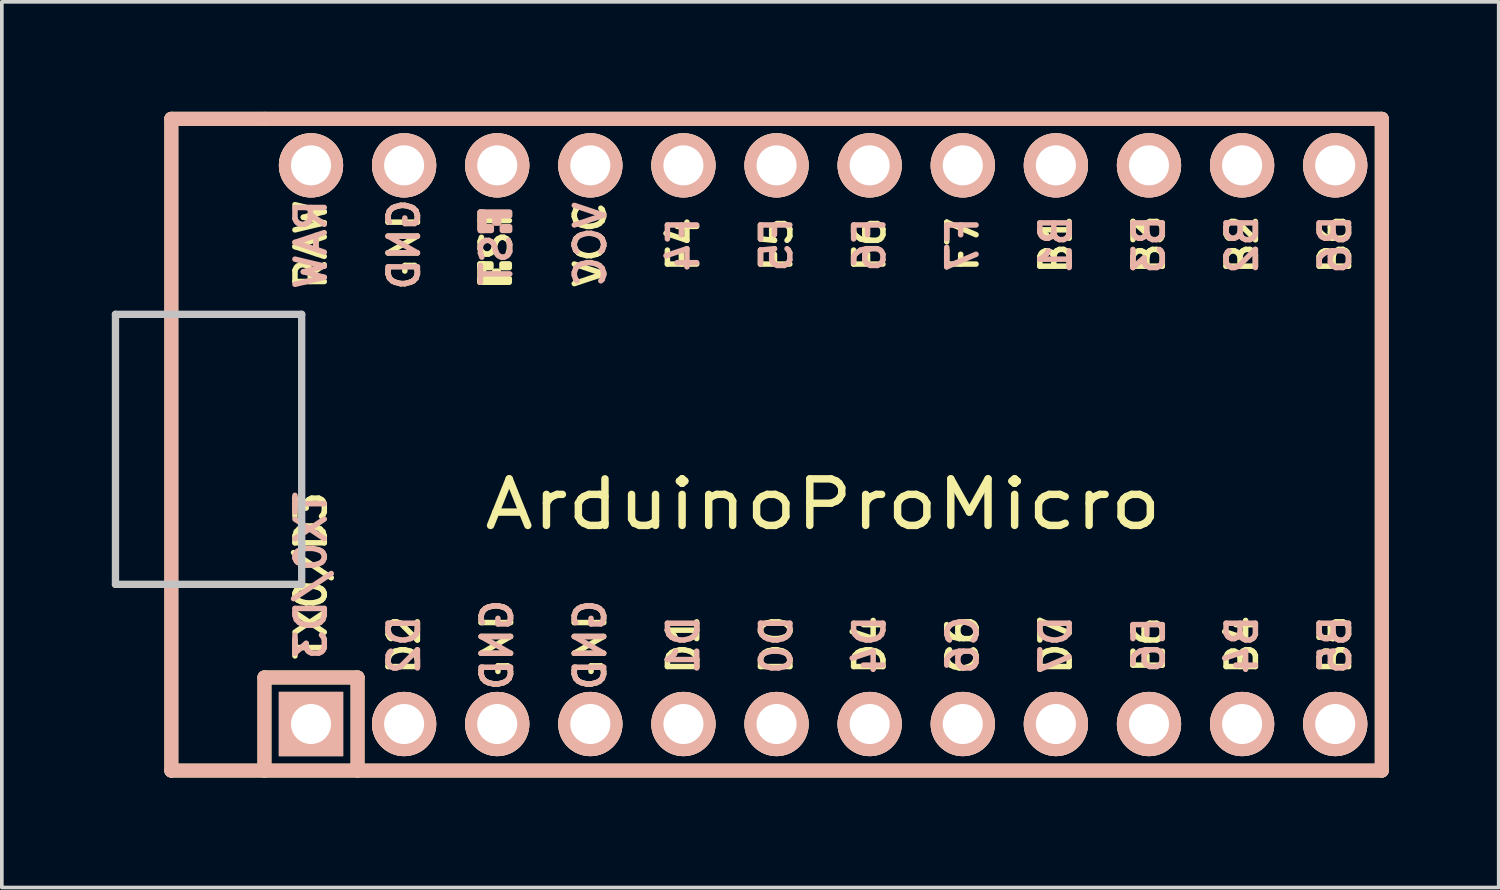
<source format=kicad_pcb>
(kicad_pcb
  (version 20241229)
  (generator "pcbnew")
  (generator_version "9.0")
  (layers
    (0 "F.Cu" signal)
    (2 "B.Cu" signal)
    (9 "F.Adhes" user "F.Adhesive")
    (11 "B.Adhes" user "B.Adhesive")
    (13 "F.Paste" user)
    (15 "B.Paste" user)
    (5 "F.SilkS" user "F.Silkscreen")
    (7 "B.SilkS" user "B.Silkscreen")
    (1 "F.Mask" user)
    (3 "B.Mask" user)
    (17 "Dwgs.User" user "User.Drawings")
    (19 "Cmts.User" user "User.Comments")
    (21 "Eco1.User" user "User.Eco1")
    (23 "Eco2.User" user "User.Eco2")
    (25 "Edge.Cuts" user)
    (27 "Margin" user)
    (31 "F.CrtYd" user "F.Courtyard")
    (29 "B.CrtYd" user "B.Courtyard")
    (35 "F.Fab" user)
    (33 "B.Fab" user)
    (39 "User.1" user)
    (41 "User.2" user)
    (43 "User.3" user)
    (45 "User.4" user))
  (footprint "ArduinoProMicro"
    (layer "F.Cu")
    (at 19.404 9.081)
    (property "Reference" "ArduinoProMicro" (at 0 1.625 180) (layer "F.SilkS") (effects (font (size 1.27 1.524) (thickness 0.203))))
    (attr through_hole)
    (fp_line (start -17.78 -8.89) (end -17.78 8.89) (stroke (width 0.381) (type solid)) (layer "F.SilkS"))
    (fp_line (start -17.78 8.89) (end -15.24 8.89) (stroke (width 0.381) (type solid)) (layer "F.SilkS"))
    (fp_line (start -15.24 -8.89) (end -17.78 -8.89) (stroke (width 0.381) (type solid)) (layer "F.SilkS"))
    (fp_line (start -15.24 6.35) (end -15.24 8.89) (stroke (width 0.381) (type solid)) (layer "F.SilkS"))
    (fp_line (start -15.24 6.35) (end -12.7 6.35) (stroke (width 0.381) (type solid)) (layer "F.SilkS"))
    (fp_line (start -15.24 8.89) (end 15.24 8.89) (stroke (width 0.381) (type solid)) (layer "F.SilkS"))
    (fp_line (start -12.7 6.35) (end -12.7 8.89) (stroke (width 0.381) (type solid)) (layer "F.SilkS"))
    (fp_line (start 15.24 -8.89) (end -15.24 -8.89) (stroke (width 0.381) (type solid)) (layer "F.SilkS"))
    (fp_line (start 15.24 8.89) (end 15.24 -8.89) (stroke (width 0.381) (type solid)) (layer "F.SilkS"))
    (fp_poly (pts (xy -9.361 -4.932) (xy -9.261 -4.932) (xy -9.261 -4.432) (xy -9.361 -4.432)) (stroke (width 0.15) (type solid)) (fill yes) (layer "F.SilkS"))
    (fp_poly (pts (xy -9.361 -4.932) (xy -9.061 -4.932) (xy -9.061 -4.832) (xy -9.361 -4.832)) (stroke (width 0.15) (type solid)) (fill yes) (layer "F.SilkS"))
    (fp_poly (pts (xy -9.361 -4.532) (xy -8.561 -4.532) (xy -8.561 -4.432) (xy -9.361 -4.432)) (stroke (width 0.15) (type solid)) (fill yes) (layer "F.SilkS"))
    (fp_poly (pts (xy -8.961 -4.732) (xy -8.861 -4.732) (xy -8.861 -4.632) (xy -8.961 -4.632)) (stroke (width 0.15) (type solid)) (fill yes) (layer "F.SilkS"))
    (fp_poly (pts (xy -8.761 -4.932) (xy -8.561 -4.932) (xy -8.561 -4.832) (xy -8.761 -4.832)) (stroke (width 0.15) (type solid)) (fill yes) (layer "F.SilkS"))
    (fp_line (start -17.78 -8.89) (end -17.78 8.89) (stroke (width 0.381) (type solid)) (layer "B.SilkS"))
    (fp_line (start -17.78 8.89) (end 15.24 8.89) (stroke (width 0.381) (type solid)) (layer "B.SilkS"))
    (fp_line (start -15.24 6.35) (end -15.24 8.89) (stroke (width 0.381) (type solid)) (layer "B.SilkS"))
    (fp_line (start -15.24 6.35) (end -12.7 6.35) (stroke (width 0.381) (type solid)) (layer "B.SilkS"))
    (fp_line (start -12.7 6.35) (end -12.7 8.89) (stroke (width 0.381) (type solid)) (layer "B.SilkS"))
    (fp_line (start 15.24 -8.89) (end -17.78 -8.89) (stroke (width 0.381) (type solid)) (layer "B.SilkS"))
    (fp_line (start 15.24 8.89) (end 15.24 -8.89) (stroke (width 0.381) (type solid)) (layer "B.SilkS"))
    (fp_poly (pts (xy -9.351 -6.245) (xy -8.551 -6.245) (xy -8.551 -6.345) (xy -9.351 -6.345)) (stroke (width 0.15) (type solid)) (fill yes) (layer "B.SilkS"))
    (fp_poly (pts (xy -9.351 -5.845) (xy -9.251 -5.845) (xy -9.251 -6.345) (xy -9.351 -6.345)) (stroke (width 0.15) (type solid)) (fill yes) (layer "B.SilkS"))
    (fp_poly (pts (xy -9.351 -5.845) (xy -9.051 -5.845) (xy -9.051 -5.945) (xy -9.351 -5.945)) (stroke (width 0.15) (type solid)) (fill yes) (layer "B.SilkS"))
    (fp_poly (pts (xy -8.951 -6.045) (xy -8.851 -6.045) (xy -8.851 -6.145) (xy -8.951 -6.145)) (stroke (width 0.15) (type solid)) (fill yes) (layer "B.SilkS"))
    (fp_poly (pts (xy -8.751 -5.845) (xy -8.551 -5.845) (xy -8.551 -5.945) (xy -8.751 -5.945)) (stroke (width 0.15) (type solid)) (fill yes) (layer "B.SilkS"))
    (fp_line (start -19.304 -3.556) (end -14.224 -3.556) (stroke (width 0.2) (type solid)) (layer "Dwgs.User"))
    (fp_line (start -19.304 3.81) (end -19.304 -3.556) (stroke (width 0.2) (type solid)) (layer "Dwgs.User"))
    (fp_line (start -14.224 -3.556) (end -14.224 3.81) (stroke (width 0.2) (type solid)) (layer "Dwgs.User"))
    (fp_line (start -14.224 3.81) (end -19.304 3.81) (stroke (width 0.2) (type solid)) (layer "Dwgs.User"))
    (fp_text user "E6" (at 8.89 5.461 90) (layer "F.SilkS") (effects (font (size 0.8 0.8) (thickness 0.15))))
    (fp_text user "C6" (at 3.81 5.461 90) (layer "F.SilkS") (effects (font (size 0.8 0.8) (thickness 0.15))))
    (fp_text user "D4" (at 1.27 5.461 90) (layer "F.SilkS") (effects (font (size 0.8 0.8) (thickness 0.15))))
    (fp_text user "B1" (at 6.35 -5.461 90) (layer "F.SilkS") (effects (font (size 0.8 0.8) (thickness 0.15))))
    (fp_text user "B6" (at 13.97 -5.461 90) (layer "F.SilkS") (effects (font (size 0.8 0.8) (thickness 0.15))))
    (fp_text user "RAW" (at -13.97 -5.461 90) (layer "F.SilkS") (effects (font (size 0.8 0.8) (thickness 0.15))))
    (fp_text user "F4" (at -3.81 -5.461 90) (layer "F.SilkS") (effects (font (size 0.8 0.8) (thickness 0.15))))
    (fp_text user "D0" (at -1.27 5.461 90) (layer "F.SilkS") (effects (font (size 0.8 0.8) (thickness 0.15))))
    (fp_text user "B2" (at 11.43 -5.461 90) (layer "F.SilkS") (effects (font (size 0.8 0.8) (thickness 0.15))))
    (fp_text user "B3" (at 8.89 -5.461 90) (layer "F.SilkS") (effects (font (size 0.8 0.8) (thickness 0.15))))
    (fp_text user "B4" (at 11.43 5.461 90) (layer "F.SilkS") (effects (font (size 0.8 0.8) (thickness 0.15))))
    (fp_text user "D2" (at -11.43 5.461 90) (layer "F.SilkS") (effects (font (size 0.8 0.8) (thickness 0.15))))
    (fp_text user "D7" (at 6.35 5.461 90) (layer "F.SilkS") (effects (font (size 0.8 0.8) (thickness 0.15))))
    (fp_text user "F6" (at 1.27 -5.461 90) (layer "F.SilkS") (effects (font (size 0.8 0.8) (thickness 0.15))))
    (fp_text user "D1" (at -3.81 5.461 90) (layer "F.SilkS") (effects (font (size 0.8 0.8) (thickness 0.15))))
    (fp_text user "GND" (at -8.89 5.461 90) (layer "F.SilkS") (effects (font (size 0.8 0.8) (thickness 0.15))))
    (fp_text user "F5" (at -1.27 -5.461 90) (layer "F.SilkS") (effects (font (size 0.8 0.8) (thickness 0.15))))
    (fp_text user "F7" (at 3.81 -5.461 90) (layer "F.SilkS") (effects (font (size 0.8 0.8) (thickness 0.15))))
    (fp_text user "ST" (at -8.92 -5.733 90) (layer "F.SilkS") (effects (font (size 0.8 0.8) (thickness 0.15))))
    (fp_text user "GND" (at -6.35 5.461 90) (layer "F.SilkS") (effects (font (size 0.8 0.8) (thickness 0.15))))
    (fp_text user "VCC" (at -6.35 -5.461 90) (layer "F.SilkS") (effects (font (size 0.8 0.8) (thickness 0.15))))
    (fp_text user "GND" (at -11.43 -5.461 90) (layer "F.SilkS") (effects (font (size 0.8 0.8) (thickness 0.15))))
    (fp_text user "TX0/D3" (at -13.97 3.572 90) (layer "F.SilkS") (effects (font (size 0.8 0.8) (thickness 0.15))))
    (fp_text user "B5" (at 13.97 5.461 90) (layer "F.SilkS") (effects (font (size 0.8 0.8) (thickness 0.15))))
    (fp_text user "D7" (at 6.35 5.461 90) (layer "B.SilkS") (effects (font (size 0.8 0.8) (thickness 0.15)) (justify mirror)))
    (fp_text user "F6" (at 1.27 -5.461 90) (layer "B.SilkS") (effects (font (size 0.8 0.8) (thickness 0.15)) (justify mirror)))
    (fp_text user "D0" (at -1.27 5.461 90) (layer "B.SilkS") (effects (font (size 0.8 0.8) (thickness 0.15)) (justify mirror)))
    (fp_text user "GND" (at -6.35 5.461 90) (layer "B.SilkS") (effects (font (size 0.8 0.8) (thickness 0.15)) (justify mirror)))
    (fp_text user "D1" (at -3.81 5.461 90) (layer "B.SilkS") (effects (font (size 0.8 0.8) (thickness 0.15)) (justify mirror)))
    (fp_text user "B2" (at 11.43 -5.461 90) (layer "B.SilkS") (effects (font (size 0.8 0.8) (thickness 0.15)) (justify mirror)))
    (fp_text user "B6" (at 13.97 -5.461 90) (layer "B.SilkS") (effects (font (size 0.8 0.8) (thickness 0.15)) (justify mirror)))
    (fp_text user "C6" (at 3.81 5.461 90) (layer "B.SilkS") (effects (font (size 0.8 0.8) (thickness 0.15)) (justify mirror)))
    (fp_text user "B1" (at 6.35 -5.461 90) (layer "B.SilkS") (effects (font (size 0.8 0.8) (thickness 0.15)) (justify mirror)))
    (fp_text user "D4" (at 1.27 5.461 90) (layer "B.SilkS") (effects (font (size 0.8 0.8) (thickness 0.15)) (justify mirror)))
    (fp_text user "VCC" (at -6.35 -5.461 90) (layer "B.SilkS") (effects (font (size 0.8 0.8) (thickness 0.15)) (justify mirror)))
    (fp_text user "ST" (at -8.91 -5.04 90) (layer "B.SilkS") (effects (font (size 0.8 0.8) (thickness 0.15)) (justify mirror)))
    (fp_text user "E6" (at 8.89 5.461 90) (layer "B.SilkS") (effects (font (size 0.8 0.8) (thickness 0.15)) (justify mirror)))
    (fp_text user "F4" (at -3.81 -5.461 90) (layer "B.SilkS") (effects (font (size 0.8 0.8) (thickness 0.15)) (justify mirror)))
    (fp_text user "GND" (at -11.43 -5.461 90) (layer "B.SilkS") (effects (font (size 0.8 0.8) (thickness 0.15)) (justify mirror)))
    (fp_text user "B3" (at 8.89 -5.461 90) (layer "B.SilkS") (effects (font (size 0.8 0.8) (thickness 0.15)) (justify mirror)))
    (fp_text user "B4" (at 11.43 5.461 90) (layer "B.SilkS") (effects (font (size 0.8 0.8) (thickness 0.15)) (justify mirror)))
    (fp_text user "TX0/D3" (at -13.97 3.572 90) (layer "B.SilkS") (effects (font (size 0.8 0.8) (thickness 0.15)) (justify mirror)))
    (fp_text user "D2" (at -11.43 5.461 90) (layer "B.SilkS") (effects (font (size 0.8 0.8) (thickness 0.15)) (justify mirror)))
    (fp_text user "RAW" (at -13.97 -5.461 90) (layer "B.SilkS") (effects (font (size 0.8 0.8) (thickness 0.15)) (justify mirror)))
    (fp_text user "F5" (at -1.27 -5.461 90) (layer "B.SilkS") (effects (font (size 0.8 0.8) (thickness 0.15)) (justify mirror)))
    (fp_text user "F7" (at 3.81 -5.461 90) (layer "B.SilkS") (effects (font (size 0.8 0.8) (thickness 0.15)) (justify mirror)))
    (fp_text user "GND" (at -8.89 5.461 90) (layer "B.SilkS") (effects (font (size 0.8 0.8) (thickness 0.15)) (justify mirror)))
    (fp_text user "B5" (at 13.97 5.461 90) (layer "B.SilkS") (effects (font (size 0.8 0.8) (thickness 0.15)) (justify mirror)))
    (pad "1" thru_hole rect (at -13.97 7.62) (size 1.753 1.753) (drill 1.092) (layers "*.Cu" "*.SilkS" "*.Mask"))
    (pad "2" thru_hole circle (at -11.43 7.62) (size 1.753 1.753) (drill 1.092) (layers "*.Cu" "*.SilkS" "*.Mask"))
    (pad "3" thru_hole circle (at -8.89 7.62) (size 1.753 1.753) (drill 1.092) (layers "*.Cu" "*.SilkS" "*.Mask"))
    (pad "4" thru_hole circle (at -6.35 7.62) (size 1.753 1.753) (drill 1.092) (layers "*.Cu" "*.SilkS" "*.Mask"))
    (pad "5" thru_hole circle (at -3.81 7.62) (size 1.753 1.753) (drill 1.092) (layers "*.Cu" "*.SilkS" "*.Mask"))
    (pad "6" thru_hole circle (at -1.27 7.62) (size 1.753 1.753) (drill 1.092) (layers "*.Cu" "*.SilkS" "*.Mask"))
    (pad "7" thru_hole circle (at 1.27 7.62) (size 1.753 1.753) (drill 1.092) (layers "*.Cu" "*.SilkS" "*.Mask"))
    (pad "8" thru_hole circle (at 3.81 7.62) (size 1.753 1.753) (drill 1.092) (layers "*.Cu" "*.SilkS" "*.Mask"))
    (pad "9" thru_hole circle (at 6.35 7.62) (size 1.753 1.753) (drill 1.092) (layers "*.Cu" "*.SilkS" "*.Mask"))
    (pad "10" thru_hole circle (at 8.89 7.62) (size 1.753 1.753) (drill 1.092) (layers "*.Cu" "*.SilkS" "*.Mask"))
    (pad "11" thru_hole circle (at 11.43 7.62) (size 1.753 1.753) (drill 1.092) (layers "*.Cu" "*.SilkS" "*.Mask"))
    (pad "12" thru_hole circle (at 13.97 7.62) (size 1.753 1.753) (drill 1.092) (layers "*.Cu" "*.SilkS" "*.Mask"))
    (pad "13" thru_hole circle (at 13.97 -7.62) (size 1.753 1.753) (drill 1.092) (layers "*.Cu" "*.SilkS" "*.Mask"))
    (pad "14" thru_hole circle (at 11.43 -7.62) (size 1.753 1.753) (drill 1.092) (layers "*.Cu" "*.SilkS" "*.Mask"))
    (pad "15" thru_hole circle (at 8.89 -7.62) (size 1.753 1.753) (drill 1.092) (layers "*.Cu" "*.SilkS" "*.Mask"))
    (pad "16" thru_hole circle (at 6.35 -7.62) (size 1.753 1.753) (drill 1.092) (layers "*.Cu" "*.SilkS" "*.Mask"))
    (pad "17" thru_hole circle (at 3.81 -7.62) (size 1.753 1.753) (drill 1.092) (layers "*.Cu" "*.SilkS" "*.Mask"))
    (pad "18" thru_hole circle (at 1.27 -7.62) (size 1.753 1.753) (drill 1.092) (layers "*.Cu" "*.SilkS" "*.Mask"))
    (pad "19" thru_hole circle (at -1.27 -7.62) (size 1.753 1.753) (drill 1.092) (layers "*.Cu" "*.SilkS" "*.Mask"))
    (pad "20" thru_hole circle (at -3.81 -7.62) (size 1.753 1.753) (drill 1.092) (layers "*.Cu" "*.SilkS" "*.Mask"))
    (pad "21" thru_hole circle (at -6.35 -7.62) (size 1.753 1.753) (drill 1.092) (layers "*.Cu" "*.SilkS" "*.Mask"))
    (pad "22" thru_hole circle (at -8.89 -7.62) (size 1.753 1.753) (drill 1.092) (layers "*.Cu" "*.SilkS" "*.Mask"))
    (pad "23" thru_hole circle (at -11.43 -7.62) (size 1.753 1.753) (drill 1.092) (layers "*.Cu" "*.SilkS" "*.Mask"))
    (pad "24" thru_hole circle (at -13.97 -7.62) (size 1.753 1.753) (drill 1.092) (layers "*.Cu" "*.SilkS" "*.Mask")))
  (gr_rect
    (start -3 -3)
    (end 37.834 21.161)
    (stroke (width 0.1) (type default))
    (fill no)
    (layer "Edge.Cuts")))
</source>
